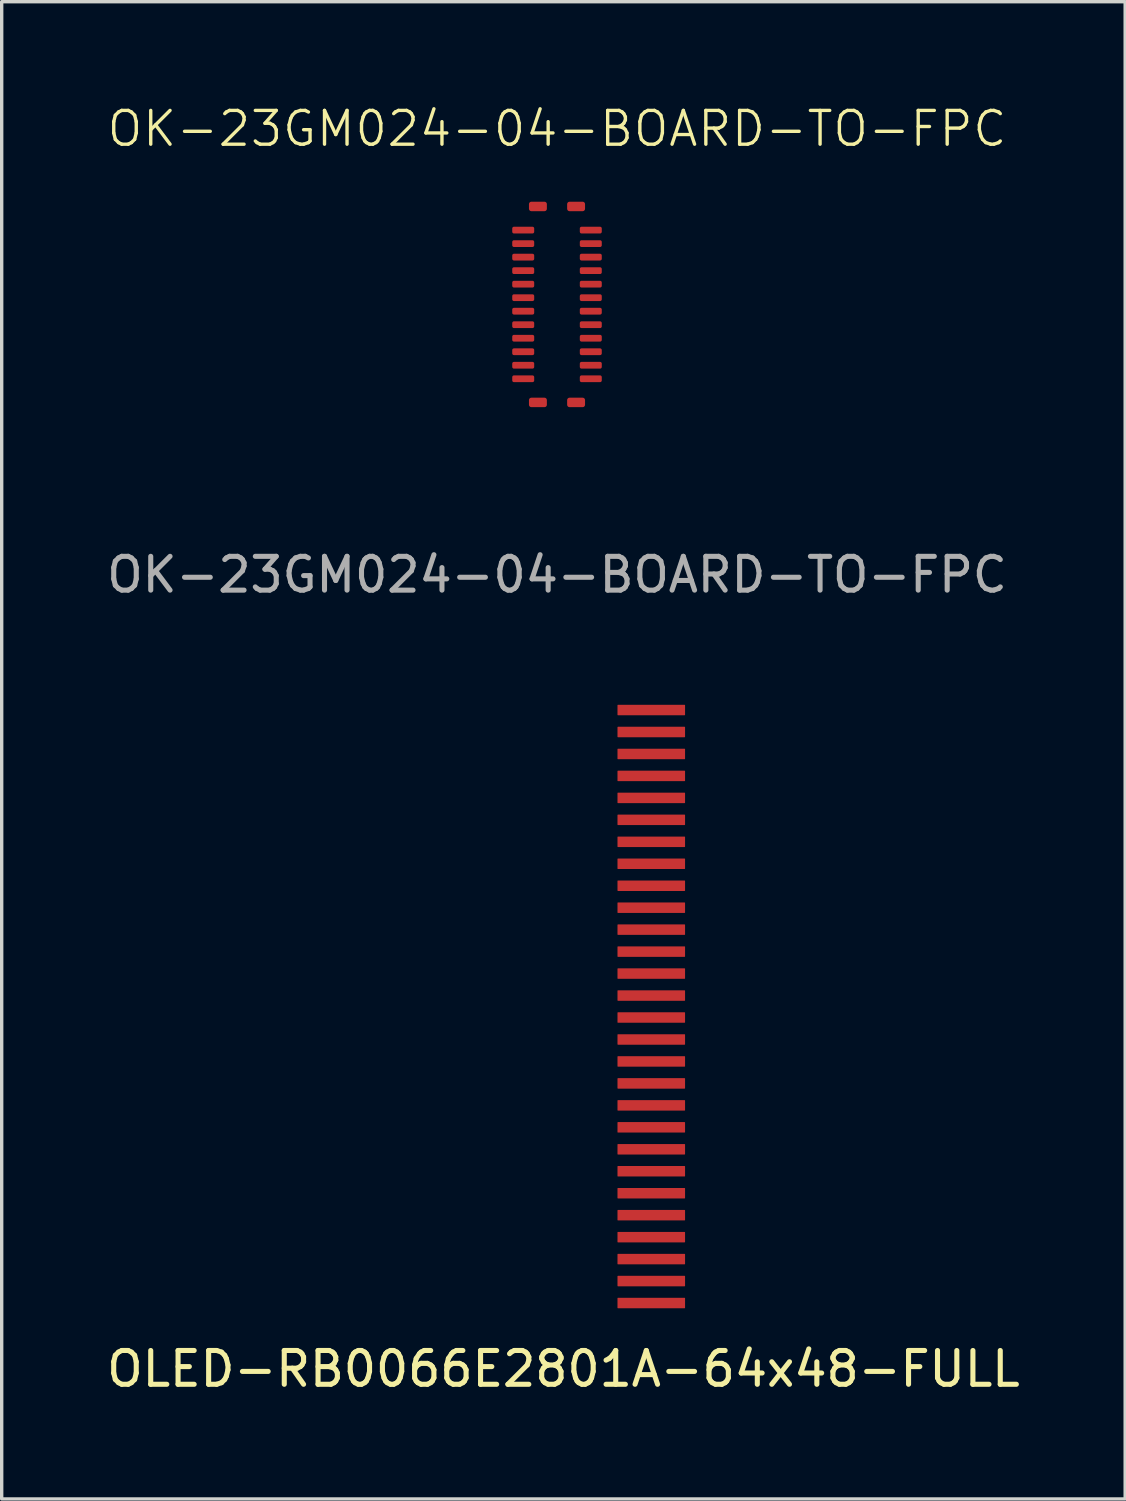
<source format=kicad_pcb>
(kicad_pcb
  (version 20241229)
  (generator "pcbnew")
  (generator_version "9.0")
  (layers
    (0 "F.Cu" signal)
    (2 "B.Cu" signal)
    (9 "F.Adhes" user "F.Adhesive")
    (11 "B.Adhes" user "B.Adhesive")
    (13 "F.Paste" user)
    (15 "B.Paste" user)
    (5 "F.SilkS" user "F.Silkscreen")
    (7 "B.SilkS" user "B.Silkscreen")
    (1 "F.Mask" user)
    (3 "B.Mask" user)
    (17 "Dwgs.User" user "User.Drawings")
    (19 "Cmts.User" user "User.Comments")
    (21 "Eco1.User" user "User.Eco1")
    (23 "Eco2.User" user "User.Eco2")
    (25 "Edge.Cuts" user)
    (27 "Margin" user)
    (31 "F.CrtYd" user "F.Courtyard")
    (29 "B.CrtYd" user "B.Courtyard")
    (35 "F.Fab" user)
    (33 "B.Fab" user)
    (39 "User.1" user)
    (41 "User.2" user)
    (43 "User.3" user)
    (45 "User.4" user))
  (footprint "OK-23GM024-04-BOARD-TO-FPC"
    (layer "F.Cu")
    (at 13.435 5.96)
    (property "Reference" "OK-23GM024-04-BOARD-TO-FPC" (at 0 -5.2 0) (unlocked yes) (layer "F.SilkS") (effects (font (size 1 1) (thickness 0.1))))
    (attr smd)
    (fp_text user "${REFERENCE}" (at 0 8 0) (unlocked yes) (layer "F.Fab") (effects (font (size 1 1) (thickness 0.15))))
    (pad "1" smd roundrect (at 1 2.2) (size 0.65 0.2) (layers "F.Cu" "F.Mask" "F.Paste") (roundrect_rratio 0.25))
    (pad "2" smd roundrect (at 1 1.8) (size 0.65 0.2) (layers "F.Cu" "F.Mask" "F.Paste") (roundrect_rratio 0.25))
    (pad "3" smd roundrect (at 1 1.4) (size 0.65 0.2) (layers "F.Cu" "F.Mask" "F.Paste") (roundrect_rratio 0.25))
    (pad "4" smd roundrect (at 1 1) (size 0.65 0.2) (layers "F.Cu" "F.Mask" "F.Paste") (roundrect_rratio 0.25))
    (pad "5" smd roundrect (at 1 0.6) (size 0.65 0.2) (layers "F.Cu" "F.Mask" "F.Paste") (roundrect_rratio 0.25))
    (pad "6" smd roundrect (at 1 0.2) (size 0.65 0.2) (layers "F.Cu" "F.Mask" "F.Paste") (roundrect_rratio 0.25))
    (pad "7" smd roundrect (at 1 -0.2) (size 0.65 0.2) (layers "F.Cu" "F.Mask" "F.Paste") (roundrect_rratio 0.25))
    (pad "8" smd roundrect (at 1 -0.6) (size 0.65 0.2) (layers "F.Cu" "F.Mask" "F.Paste") (roundrect_rratio 0.25))
    (pad "9" smd roundrect (at 1 -1) (size 0.65 0.2) (layers "F.Cu" "F.Mask" "F.Paste") (roundrect_rratio 0.25))
    (pad "10" smd roundrect (at 1 -1.4) (size 0.65 0.2) (layers "F.Cu" "F.Mask" "F.Paste") (roundrect_rratio 0.25))
    (pad "11" smd roundrect (at 1 -1.8) (size 0.65 0.2) (layers "F.Cu" "F.Mask" "F.Paste") (roundrect_rratio 0.25))
    (pad "12" smd roundrect (at 1 -2.2) (size 0.65 0.2) (layers "F.Cu" "F.Mask" "F.Paste") (roundrect_rratio 0.25))
    (pad "13" smd roundrect (at -1 -2.2) (size 0.65 0.2) (layers "F.Cu" "F.Mask" "F.Paste") (roundrect_rratio 0.25))
    (pad "14" smd roundrect (at -1 -1.8) (size 0.65 0.2) (layers "F.Cu" "F.Mask" "F.Paste") (roundrect_rratio 0.25))
    (pad "15" smd roundrect (at -1 -1.4) (size 0.65 0.2) (layers "F.Cu" "F.Mask" "F.Paste") (roundrect_rratio 0.25))
    (pad "16" smd roundrect (at -1 -1) (size 0.65 0.2) (layers "F.Cu" "F.Mask" "F.Paste") (roundrect_rratio 0.25))
    (pad "17" smd roundrect (at -1 -0.6) (size 0.65 0.2) (layers "F.Cu" "F.Mask" "F.Paste") (roundrect_rratio 0.25))
    (pad "18" smd roundrect (at -1 -0.2) (size 0.65 0.2) (layers "F.Cu" "F.Mask" "F.Paste") (roundrect_rratio 0.25))
    (pad "19" smd roundrect (at -1 0.2) (size 0.65 0.2) (layers "F.Cu" "F.Mask" "F.Paste") (roundrect_rratio 0.25))
    (pad "20" smd roundrect (at -1 0.6) (size 0.65 0.2) (layers "F.Cu" "F.Mask" "F.Paste") (roundrect_rratio 0.25))
    (pad "21" smd roundrect (at -1 1) (size 0.65 0.2) (layers "F.Cu" "F.Mask" "F.Paste") (roundrect_rratio 0.25))
    (pad "22" smd roundrect (at -1 1.4) (size 0.65 0.2) (layers "F.Cu" "F.Mask" "F.Paste") (roundrect_rratio 0.25))
    (pad "23" smd roundrect (at -1 1.8) (size 0.65 0.2) (layers "F.Cu" "F.Mask" "F.Paste") (roundrect_rratio 0.25))
    (pad "24" smd roundrect (at -1 2.2) (size 0.65 0.2) (layers "F.Cu" "F.Mask" "F.Paste") (roundrect_rratio 0.25))
    (pad "25" smd roundrect (at 0.565 -2.9) (size 0.53 0.28) (layers "F.Cu" "F.Mask" "F.Paste") (roundrect_rratio 0.25))
    (pad "26" smd roundrect (at -0.565 -2.9) (size 0.53 0.28) (layers "F.Cu" "F.Mask" "F.Paste") (roundrect_rratio 0.25))
    (pad "27" smd roundrect (at -0.565 2.9) (size 0.53 0.28) (layers "F.Cu" "F.Mask" "F.Paste") (roundrect_rratio 0.25))
    (pad "28" smd roundrect (at 0.565 2.9) (size 0.53 0.28) (layers "F.Cu" "F.Mask" "F.Paste") (roundrect_rratio 0.25)))
  (footprint "OLED-RB0066E2801A-64x48-FULL"
    (layer "F.Cu")
    (at 16.225 23.814)
    (property "Reference" "OLED-RB0066E2801A-64x48-FULL" (at -2.6 13.65 0) (unlocked yes) (layer "F.SilkS") (effects (font (size 1 1) (thickness 0.15))))
    (attr smd)
    (pad "1" smd roundrect (at 0 -5.85 90) (size 0.31 2) (layers "F.Cu" "F.Mask" "F.Paste") (roundrect_rratio 0.05))
    (pad "2" smd roundrect (at 0 -5.2 90) (size 0.31 2) (layers "F.Cu" "F.Mask" "F.Paste") (roundrect_rratio 0.05))
    (pad "3" smd roundrect (at 0 -4.55 90) (size 0.31 2) (layers "F.Cu" "F.Mask" "F.Paste") (roundrect_rratio 0.05))
    (pad "4" smd roundrect (at 0 -3.9 90) (size 0.31 2) (layers "F.Cu" "F.Mask" "F.Paste") (roundrect_rratio 0.05))
    (pad "5" smd roundrect (at 0 -3.25 90) (size 0.31 2) (layers "F.Cu" "F.Mask" "F.Paste") (roundrect_rratio 0.05))
    (pad "6" smd roundrect (at 0 -2.6 90) (size 0.31 2) (layers "F.Cu" "F.Mask" "F.Paste") (roundrect_rratio 0.05))
    (pad "7" smd roundrect (at 0 -1.95 90) (size 0.31 2) (layers "F.Cu" "F.Mask" "F.Paste") (roundrect_rratio 0.05))
    (pad "8" smd roundrect (at 0 -1.3 90) (size 0.31 2) (layers "F.Cu" "F.Mask" "F.Paste") (roundrect_rratio 0.05))
    (pad "9" smd roundrect (at 0 -0.65 90) (size 0.31 2) (layers "F.Cu" "F.Mask" "F.Paste") (roundrect_rratio 0.05))
    (pad "10" smd roundrect (at 0 0 90) (size 0.31 2) (layers "F.Cu" "F.Mask" "F.Paste") (roundrect_rratio 0.05))
    (pad "11" smd roundrect (at 0 0.65 90) (size 0.31 2) (layers "F.Cu" "F.Mask" "F.Paste") (roundrect_rratio 0.05))
    (pad "12" smd roundrect (at 0 1.3 90) (size 0.31 2) (layers "F.Cu" "F.Mask" "F.Paste") (roundrect_rratio 0.05))
    (pad "13" smd roundrect (at 0 1.95 90) (size 0.31 2) (layers "F.Cu" "F.Mask" "F.Paste") (roundrect_rratio 0.05))
    (pad "14" smd roundrect (at 0 2.6 90) (size 0.31 2) (layers "F.Cu" "F.Mask" "F.Paste") (roundrect_rratio 0.05))
    (pad "15" smd roundrect (at 0 3.25 90) (size 0.31 2) (layers "F.Cu" "F.Mask" "F.Paste") (roundrect_rratio 0.05))
    (pad "16" smd roundrect (at 0 3.9 90) (size 0.31 2) (layers "F.Cu" "F.Mask" "F.Paste") (roundrect_rratio 0.05))
    (pad "17" smd roundrect (at 0 4.55 90) (size 0.31 2) (layers "F.Cu" "F.Mask" "F.Paste") (roundrect_rratio 0.05))
    (pad "18" smd roundrect (at 0 5.2 90) (size 0.31 2) (layers "F.Cu" "F.Mask" "F.Paste") (roundrect_rratio 0.05))
    (pad "19" smd roundrect (at 0 5.85 90) (size 0.31 2) (layers "F.Cu" "F.Mask" "F.Paste") (roundrect_rratio 0.05))
    (pad "20" smd roundrect (at 0 6.5 90) (size 0.31 2) (layers "F.Cu" "F.Mask" "F.Paste") (roundrect_rratio 0.05))
    (pad "21" smd roundrect (at 0 7.15 90) (size 0.31 2) (layers "F.Cu" "F.Mask" "F.Paste") (roundrect_rratio 0.05))
    (pad "22" smd roundrect (at 0 7.8 90) (size 0.31 2) (layers "F.Cu" "F.Mask" "F.Paste") (roundrect_rratio 0.05))
    (pad "23" smd roundrect (at 0 8.45 90) (size 0.31 2) (layers "F.Cu" "F.Mask" "F.Paste") (roundrect_rratio 0.05))
    (pad "24" smd roundrect (at 0 9.1 90) (size 0.31 2) (layers "F.Cu" "F.Mask" "F.Paste") (roundrect_rratio 0.05))
    (pad "25" smd roundrect (at 0 9.75 90) (size 0.31 2) (layers "F.Cu" "F.Mask" "F.Paste") (roundrect_rratio 0.05))
    (pad "26" smd roundrect (at 0 10.4 90) (size 0.31 2) (layers "F.Cu" "F.Mask" "F.Paste") (roundrect_rratio 0.05))
    (pad "27" smd roundrect (at 0 11.05 90) (size 0.31 2) (layers "F.Cu" "F.Mask" "F.Paste") (roundrect_rratio 0.05))
    (pad "28" smd roundrect (at 0 11.7 90) (size 0.31 2) (layers "F.Cu" "F.Mask" "F.Paste") (roundrect_rratio 0.05)))
  (gr_rect
    (start -3 -3)
    (end 30.25 41.312)
    (stroke (width 0.1) (type default))
    (fill no)
    (layer "Edge.Cuts")))
</source>
